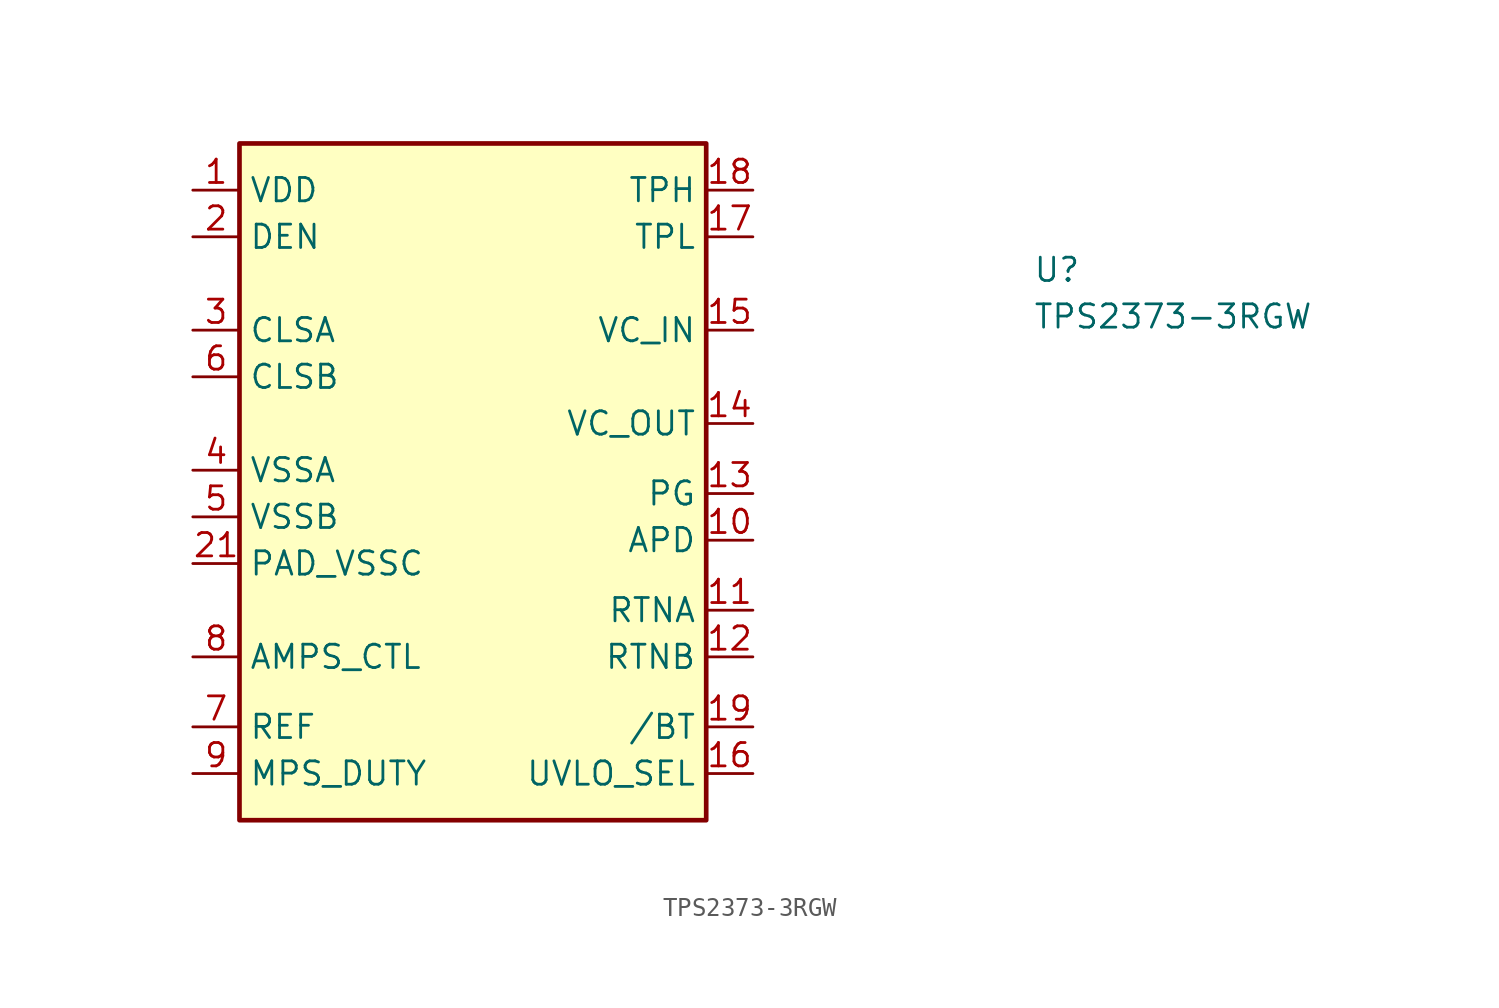
<source format=kicad_sym>
(kicad_symbol_lib
  (version 20211014)
  (generator kicad_symbol_editor)
  (symbol "TPS2373-3RGW"
    (property "Reference" "U"
      (at 45.72 -5.08 0)
      (effects (font (size 1.27 1.27) (thickness 0.15)) (justify left bottom)))
    (property "Value" "TPS2373-3RGW"
      (at 45.72 -7.62 0)
      (effects (font (size 1.27 1.27) (thickness 0.15)) (justify left bottom)))
    (symbol "TPS2373-3RGW_1_1"
      (rectangle (start 2.54 -34.29) (end 27.94 2.54) (stroke (width 0.254) (type default) (color 0 0 0 0)) (fill (type background)))
      (pin power_in line (at 0 0 0) (length 2.54) (name "VDD" (effects (font (size 1.27 1.27)))) (number "1" (effects (font (size 1.27 1.27)))))
      (pin output line (at 30.48 -19.05 180) (length 2.54) (name "APD" (effects (font (size 1.27 1.27)))) (number "10" (effects (font (size 1.27 1.27)))))
      (pin output line (at 30.48 -22.86 180) (length 2.54) (name "RTNA" (effects (font (size 1.27 1.27)))) (number "11" (effects (font (size 1.27 1.27)))))
      (pin output line (at 30.48 -25.4 180) (length 2.54) (name "RTNB" (effects (font (size 1.27 1.27)))) (number "12" (effects (font (size 1.27 1.27)))))
      (pin output line (at 30.48 -16.51 180) (length 2.54) (name "PG" (effects (font (size 1.27 1.27)))) (number "13" (effects (font (size 1.27 1.27)))))
      (pin output line (at 30.48 -12.7 180) (length 2.54) (name "VC_OUT" (effects (font (size 1.27 1.27)))) (number "14" (effects (font (size 1.27 1.27)))))
      (pin input line (at 30.48 -7.62 180) (length 2.54) (name "VC_IN" (effects (font (size 1.27 1.27)))) (number "15" (effects (font (size 1.27 1.27)))))
      (pin output line (at 30.48 -31.75 180) (length 2.54) (name "UVLO_SEL" (effects (font (size 1.27 1.27)))) (number "16" (effects (font (size 1.27 1.27)))))
      (pin output line (at 30.48 -2.54 180) (length 2.54) (name "TPL" (effects (font (size 1.27 1.27)))) (number "17" (effects (font (size 1.27 1.27)))))
      (pin output line (at 30.48 0 180) (length 2.54) (name "TPH" (effects (font (size 1.27 1.27)))) (number "18" (effects (font (size 1.27 1.27)))))
      (pin output line (at 30.48 -29.21 180) (length 2.54) (name "/BT" (effects (font (size 1.27 1.27)))) (number "19" (effects (font (size 1.27 1.27)))))
      (pin input line (at 0 -2.54 0) (length 2.54) (name "DEN" (effects (font (size 1.27 1.27)))) (number "2" (effects (font (size 1.27 1.27)))))
      (pin power_in line (at 0 -20.32 0) (length 2.54) (name "PAD_VSSC" (effects (font (size 1.27 1.27)))) (number "21" (effects (font (size 1.27 1.27)))))
      (pin input line (at 0 -7.62 0) (length 2.54) (name "CLSA" (effects (font (size 1.27 1.27)))) (number "3" (effects (font (size 1.27 1.27)))))
      (pin power_in line (at 0 -15.24 0) (length 2.54) (name "VSSA" (effects (font (size 1.27 1.27)))) (number "4" (effects (font (size 1.27 1.27)))))
      (pin power_in line (at 0 -17.78 0) (length 2.54) (name "VSSB" (effects (font (size 1.27 1.27)))) (number "5" (effects (font (size 1.27 1.27)))))
      (pin input line (at 0 -10.16 0) (length 2.54) (name "CLSB" (effects (font (size 1.27 1.27)))) (number "6" (effects (font (size 1.27 1.27)))))
      (pin input line (at 0 -29.21 0) (length 2.54) (name "REF" (effects (font (size 1.27 1.27)))) (number "7" (effects (font (size 1.27 1.27)))))
      (pin input line (at 0 -25.4 0) (length 2.54) (name "AMPS_CTL" (effects (font (size 1.27 1.27)))) (number "8" (effects (font (size 1.27 1.27)))))
      (pin input line (at 0 -31.75 0) (length 2.54) (name "MPS_DUTY" (effects (font (size 1.27 1.27)))) (number "9" (effects (font (size 1.27 1.27))))))))
</source>
